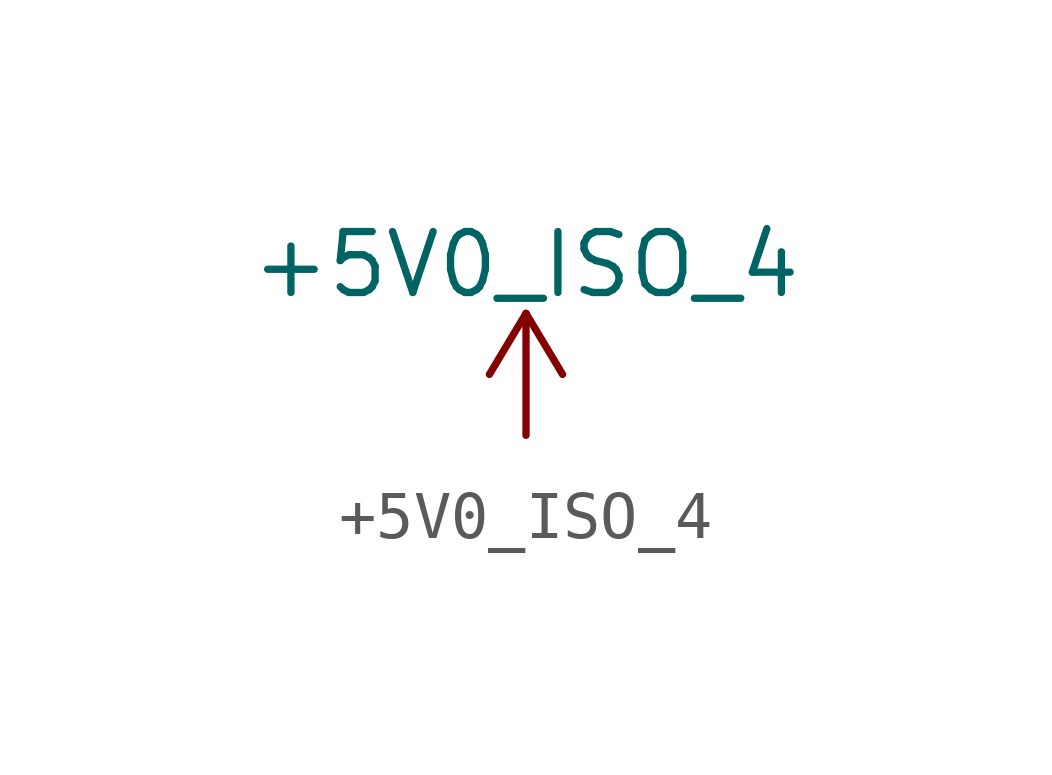
<source format=kicad_sym>
(kicad_symbol_lib
  (version 20220914)
  (generator kicad_symbol_editor)
  (symbol "+5V0_ISO_4"
    (power)
    (pin_names
      (offset 0))
    (property "Reference" "#PWR"
      (at 0 -3.81 0)
      (effects (font (size 1.27 1.27)) hide))
    (property "Value" "+5V0_ISO_4"
      (at 0 3.556 0)
      (effects (font (size 1.27 1.27))))
    (symbol "+5V0_ISO_4_0_1"
      (polyline (pts (xy -0.762 1.27) (xy 0 2.54)) (stroke (width 0) (type default)) (fill (type none)))
      (polyline (pts (xy 0 0) (xy 0 2.54)) (stroke (width 0) (type default)) (fill (type none)))
      (polyline (pts (xy 0 2.54) (xy 0.762 1.27)) (stroke (width 0) (type default)) (fill (type none))))
    (symbol "+5V0_ISO_4_1_1"
      (pin power_in line (at 0 0 0) (length 0) hide (name "+5V5_ISO_4" (effects (font (size 1.27 1.27)))) (number "1" (effects (font (size 1.27 1.27))))))))
</source>
